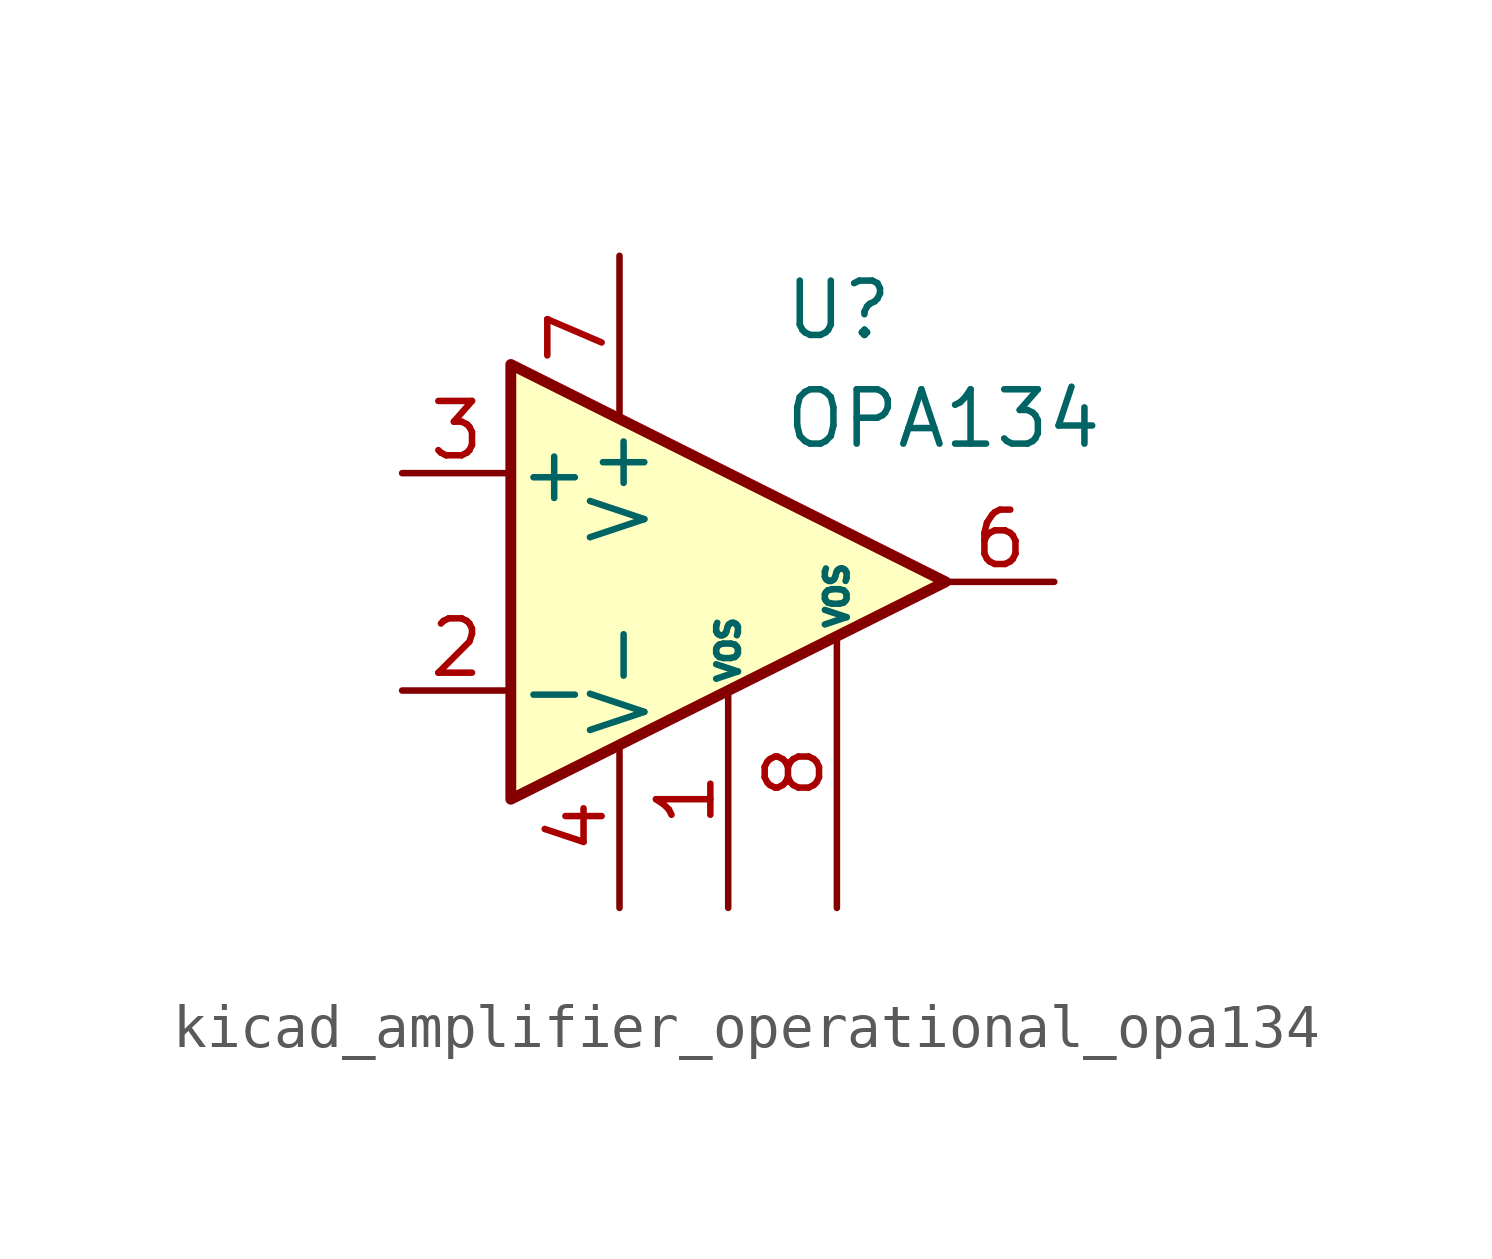
<source format=kicad_sym>
(kicad_symbol_lib
  (version 20220914)
  (generator kicad_symbol_editor)
  (symbol "kicad_amplifier_operational_opa134"
    (pin_names
      (offset 0.127))
    (property "Reference" "U"
      (at 1.27 6.35 0)
      (effects (font (size 1.27 1.27)) (justify left)))
    (property "Value" "OPA134"
      (at 1.27 3.81 0)
      (effects (font (size 1.27 1.27)) (justify left)))
    (symbol "kicad_amplifier_operational_opa134_0_1"
      (polyline (pts (xy -5.08 5.08) (xy 5.08 0) (xy -5.08 -5.08) (xy -5.08 5.08)) (stroke (width 0.254) (type default)) (fill (type background))))
    (symbol "kicad_amplifier_operational_opa134_1_1"
      (pin input line (at 0 -7.62 90) (length 5.08) (name "VOS" (effects (font (size 0.508 0.508)))) (number "1" (effects (font (size 1.27 1.27)))))
      (pin input line (at -7.62 -2.54 0) (length 2.54) (name "-" (effects (font (size 1.27 1.27)))) (number "2" (effects (font (size 1.27 1.27)))))
      (pin input line (at -7.62 2.54 0) (length 2.54) (name "+" (effects (font (size 1.27 1.27)))) (number "3" (effects (font (size 1.27 1.27)))))
      (pin power_in line (at -2.54 -7.62 90) (length 3.81) (name "V-" (effects (font (size 1.27 1.27)))) (number "4" (effects (font (size 1.27 1.27)))))
      (pin no_connect line (at 0 2.54 270) (length 2.54) hide (name "NC" (effects (font (size 1.27 1.27)))) (number "5" (effects (font (size 1.27 1.27)))))
      (pin output line (at 7.62 0 180) (length 2.54) (name "~" (effects (font (size 1.27 1.27)))) (number "6" (effects (font (size 1.27 1.27)))))
      (pin power_in line (at -2.54 7.62 270) (length 3.81) (name "V+" (effects (font (size 1.27 1.27)))) (number "7" (effects (font (size 1.27 1.27)))))
      (pin input line (at 2.54 -7.62 90) (length 6.35) (name "VOS" (effects (font (size 0.508 0.508)))) (number "8" (effects (font (size 1.27 1.27))))))))
</source>
